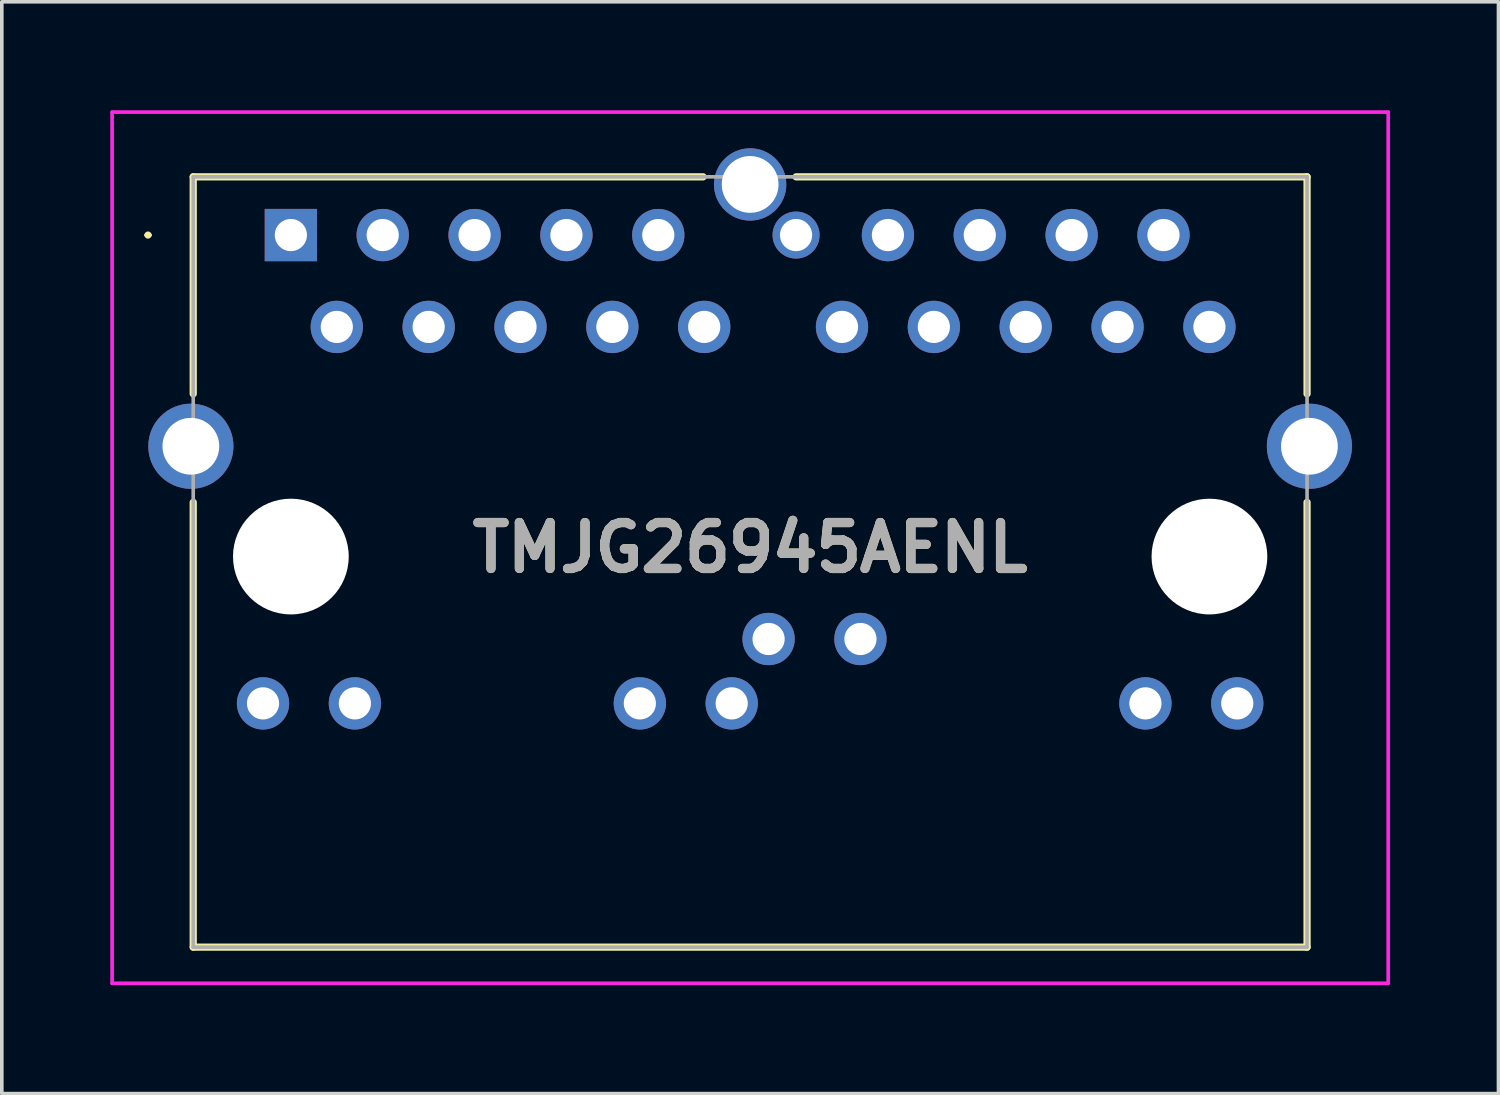
<source format=kicad_pcb>
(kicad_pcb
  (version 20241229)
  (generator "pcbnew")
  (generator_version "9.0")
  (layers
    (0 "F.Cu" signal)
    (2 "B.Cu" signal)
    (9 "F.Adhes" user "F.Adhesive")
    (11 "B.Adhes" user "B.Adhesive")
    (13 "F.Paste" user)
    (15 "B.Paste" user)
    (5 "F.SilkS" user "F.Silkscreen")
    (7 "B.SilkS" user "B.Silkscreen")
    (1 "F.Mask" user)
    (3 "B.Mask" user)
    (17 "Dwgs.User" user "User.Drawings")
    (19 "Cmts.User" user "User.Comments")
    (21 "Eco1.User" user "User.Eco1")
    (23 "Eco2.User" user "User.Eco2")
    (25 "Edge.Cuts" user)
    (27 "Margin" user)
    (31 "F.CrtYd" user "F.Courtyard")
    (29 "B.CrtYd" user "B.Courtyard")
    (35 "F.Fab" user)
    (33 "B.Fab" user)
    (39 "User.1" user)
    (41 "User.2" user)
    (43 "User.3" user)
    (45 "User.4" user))
  (footprint "TMJG26945AENL"
    (layer "F.Cu")
    (at 4.993 3.45)
    (property "Reference" "TMJG26945AENL" (at 12.7 8.645 0) (layer "F.SilkS") (effects (font (size 1.27 1.27) (thickness 0.254))))
    (attr through_hole)
    (fp_line (start -4 0) (end -4 0) (stroke (width 0.1) (type solid)) (layer "F.SilkS"))
    (fp_line (start -3.9 0) (end -3.9 0) (stroke (width 0.1) (type solid)) (layer "F.SilkS"))
    (fp_line (start -2.7 -1.61) (end 11.4 -1.61) (stroke (width 0.2) (type solid)) (layer "F.SilkS"))
    (fp_line (start -2.7 4.39) (end -2.7 -1.61) (stroke (width 0.2) (type solid)) (layer "F.SilkS"))
    (fp_line (start -2.7 19.69) (end -2.7 7.39) (stroke (width 0.2) (type solid)) (layer "F.SilkS"))
    (fp_line (start 13.97 -1.61) (end 28.1 -1.61) (stroke (width 0.2) (type solid)) (layer "F.SilkS"))
    (fp_line (start 28.1 -1.61) (end 28.1 4.39) (stroke (width 0.2) (type solid)) (layer "F.SilkS"))
    (fp_line (start 28.1 7.39) (end 28.1 19.69) (stroke (width 0.2) (type solid)) (layer "F.SilkS"))
    (fp_line (start 28.1 19.69) (end -2.7 19.69) (stroke (width 0.2) (type solid)) (layer "F.SilkS"))
    (fp_arc (start -4 0) (mid -3.95 -0.05) (end -3.9 0) (stroke (width 0.1) (type solid)) (layer "F.SilkS"))
    (fp_arc (start -3.9 0) (mid -3.95 0.05) (end -4 0) (stroke (width 0.1) (type solid)) (layer "F.SilkS"))
    (fp_line (start -4.943 -3.4) (end 30.343 -3.4) (stroke (width 0.1) (type solid)) (layer "F.CrtYd"))
    (fp_line (start -4.943 20.69) (end -4.943 -3.4) (stroke (width 0.1) (type solid)) (layer "F.CrtYd"))
    (fp_line (start 30.343 -3.4) (end 30.343 20.69) (stroke (width 0.1) (type solid)) (layer "F.CrtYd"))
    (fp_line (start 30.343 20.69) (end -4.943 20.69) (stroke (width 0.1) (type solid)) (layer "F.CrtYd"))
    (fp_line (start -2.7 -1.61) (end 28.1 -1.61) (stroke (width 0.1) (type solid)) (layer "F.Fab"))
    (fp_line (start -2.7 19.69) (end -2.7 -1.61) (stroke (width 0.1) (type solid)) (layer "F.Fab"))
    (fp_line (start 28.1 -1.61) (end 28.1 19.69) (stroke (width 0.1) (type solid)) (layer "F.Fab"))
    (fp_line (start 28.1 19.69) (end -2.7 19.69) (stroke (width 0.1) (type solid)) (layer "F.Fab"))
    (fp_text user "${REFERENCE}" (at 12.7 8.645 0) (layer "F.Fab") (effects (font (size 1.27 1.27) (thickness 0.254))))
    (pad "" np_thru_hole circle (at 0 8.89) (size 3.2 3.2) (drill 3.2) (layers "*.Cu" "*.Mask"))
    (pad "" np_thru_hole circle (at 25.4 8.89) (size 3.2 3.2) (drill 3.2) (layers "*.Cu" "*.Mask"))
    (pad "A1" thru_hole rect (at 0 0) (size 1.446 1.446) (drill 0.89) (layers "*.Cu" "*.Mask"))
    (pad "A2" thru_hole circle (at 1.27 2.54) (size 1.446 1.446) (drill 0.89) (layers "*.Cu" "*.Mask"))
    (pad "A3" thru_hole circle (at 2.54 0) (size 1.446 1.446) (drill 0.89) (layers "*.Cu" "*.Mask"))
    (pad "A4" thru_hole circle (at 3.81 2.54) (size 1.446 1.446) (drill 0.89) (layers "*.Cu" "*.Mask"))
    (pad "A5" thru_hole circle (at 5.08 0) (size 1.446 1.446) (drill 0.89) (layers "*.Cu" "*.Mask"))
    (pad "A6" thru_hole circle (at 6.35 2.54) (size 1.446 1.446) (drill 0.89) (layers "*.Cu" "*.Mask"))
    (pad "A7" thru_hole circle (at 7.62 0) (size 1.446 1.446) (drill 0.89) (layers "*.Cu" "*.Mask"))
    (pad "A8" thru_hole circle (at 8.89 2.54) (size 1.446 1.446) (drill 0.89) (layers "*.Cu" "*.Mask"))
    (pad "A9" thru_hole circle (at 10.16 0) (size 1.446 1.446) (drill 0.89) (layers "*.Cu" "*.Mask"))
    (pad "A10" thru_hole circle (at 11.43 2.54) (size 1.446 1.446) (drill 0.89) (layers "*.Cu" "*.Mask"))
    (pad "A11" thru_hole circle (at -0.77 12.95) (size 1.446 1.446) (drill 0.89) (layers "*.Cu" "*.Mask"))
    (pad "A12" thru_hole circle (at 1.77 12.95) (size 1.446 1.446) (drill 0.89) (layers "*.Cu" "*.Mask"))
    (pad "A13" thru_hole circle (at 9.65 12.95) (size 1.446 1.446) (drill 0.89) (layers "*.Cu" "*.Mask"))
    (pad "A14" thru_hole circle (at 12.19 12.95) (size 1.446 1.446) (drill 0.89) (layers "*.Cu" "*.Mask"))
    (pad "B1" thru_hole circle (at 13.97 0) (size 1.3 1.3) (drill 0.89) (layers "*.Cu" "*.Mask"))
    (pad "B2" thru_hole circle (at 15.24 2.54) (size 1.446 1.446) (drill 0.89) (layers "*.Cu" "*.Mask"))
    (pad "B3" thru_hole circle (at 16.51 0) (size 1.446 1.446) (drill 0.89) (layers "*.Cu" "*.Mask"))
    (pad "B4" thru_hole circle (at 17.78 2.54) (size 1.446 1.446) (drill 0.89) (layers "*.Cu" "*.Mask"))
    (pad "B5" thru_hole circle (at 19.05 0) (size 1.446 1.446) (drill 0.89) (layers "*.Cu" "*.Mask"))
    (pad "B6" thru_hole circle (at 20.32 2.54) (size 1.446 1.446) (drill 0.89) (layers "*.Cu" "*.Mask"))
    (pad "B7" thru_hole circle (at 21.59 0) (size 1.446 1.446) (drill 0.89) (layers "*.Cu" "*.Mask"))
    (pad "B8" thru_hole circle (at 22.86 2.54) (size 1.446 1.446) (drill 0.89) (layers "*.Cu" "*.Mask"))
    (pad "B9" thru_hole circle (at 24.13 0) (size 1.446 1.446) (drill 0.89) (layers "*.Cu" "*.Mask"))
    (pad "B10" thru_hole circle (at 25.4 2.54) (size 1.446 1.446) (drill 0.89) (layers "*.Cu" "*.Mask"))
    (pad "B11" thru_hole circle (at 13.21 11.17) (size 1.446 1.446) (drill 0.89) (layers "*.Cu" "*.Mask"))
    (pad "B12" thru_hole circle (at 15.75 11.17) (size 1.446 1.446) (drill 0.89) (layers "*.Cu" "*.Mask"))
    (pad "B13" thru_hole circle (at 23.63 12.95) (size 1.446 1.446) (drill 0.89) (layers "*.Cu" "*.Mask"))
    (pad "B14" thru_hole circle (at 26.17 12.95) (size 1.446 1.446) (drill 0.89) (layers "*.Cu" "*.Mask"))
    (pad "MH1" thru_hole circle (at 12.7 -1.4) (size 2 2) (drill 1.57) (layers "*.Cu" "*.Mask"))
    (pad "MH2" thru_hole circle (at -2.765 5.84) (size 2.355 2.355) (drill 1.57) (layers "*.Cu" "*.Mask"))
    (pad "MH3" thru_hole circle (at 28.165 5.84) (size 2.355 2.355) (drill 1.57) (layers "*.Cu" "*.Mask")))
  (gr_rect
    (start -3 -3)
    (end 38.386 27.19)
    (stroke (width 0.1) (type default))
    (fill no)
    (layer "Edge.Cuts")))
</source>
